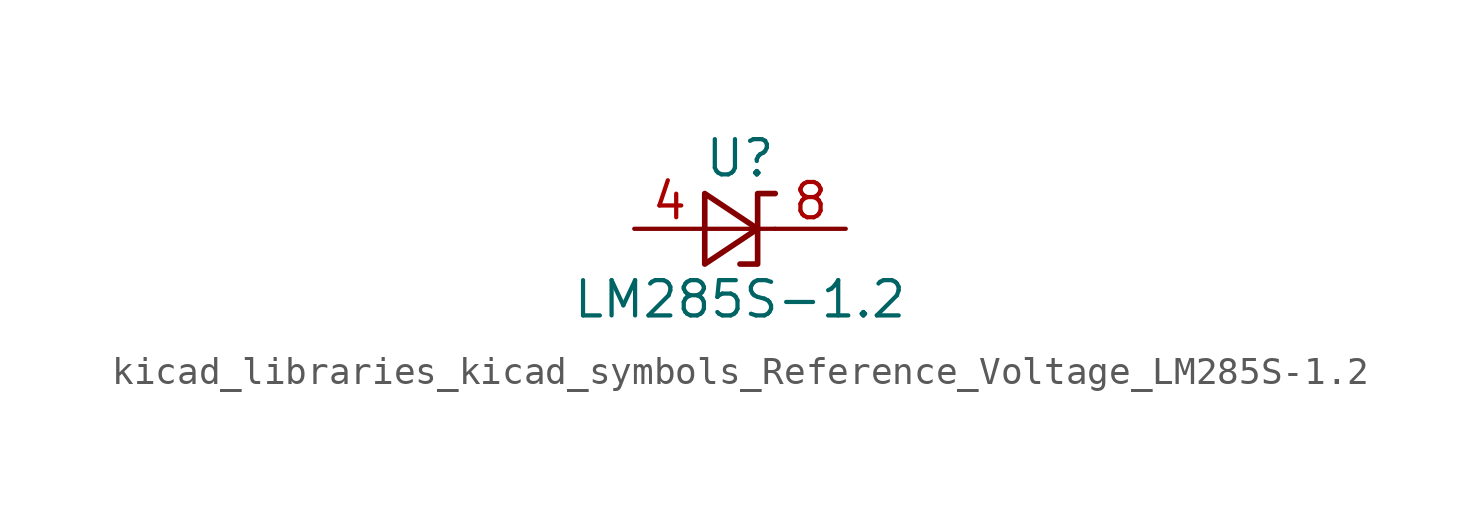
<source format=kicad_sym>
(kicad_symbol_lib
  (version 20220914)
  (generator kicad_symbol_editor)
  (symbol "kicad_libraries_kicad_symbols_Reference_Voltage_LM285S-1.2"
    (pin_names
      (offset 0.025) hide)
    (property "Reference" "U"
      (at 0 2.54 0)
      (effects (font (size 1.27 1.27))))
    (property "Value" "LM285S-1.2"
      (at 0 -2.54 0)
      (effects (font (size 1.27 1.27))))
    (symbol "kicad_libraries_kicad_symbols_Reference_Voltage_LM285S-1.2_0_1"
      (polyline (pts (xy -1.27 0) (xy 0 0) (xy 1.27 0)) (stroke (width 0) (type default)) (fill (type none)))
      (polyline (pts (xy -1.27 -1.27) (xy 0.635 0) (xy -1.27 1.27) (xy -1.27 -1.27)) (stroke (width 0.203) (type default)) (fill (type none)))
      (polyline (pts (xy 0 -1.27) (xy 0.635 -1.27) (xy 0.635 1.27) (xy 1.27 1.27)) (stroke (width 0.203) (type default)) (fill (type none))))
    (symbol "kicad_libraries_kicad_symbols_Reference_Voltage_LM285S-1.2_1_1"
      (pin passive line (at -3.81 0 0) (length 2.54) (name "A" (effects (font (size 1.27 1.27)))) (number "4" (effects (font (size 1.27 1.27)))))
      (pin passive line (at 3.81 0 180) (length 2.54) hide (name "K" (effects (font (size 1.27 1.27)))) (number "6" (effects (font (size 1.27 1.27)))))
      (pin passive line (at 3.81 0 180) (length 2.54) (name "K" (effects (font (size 1.27 1.27)))) (number "8" (effects (font (size 1.27 1.27))))))))
</source>
